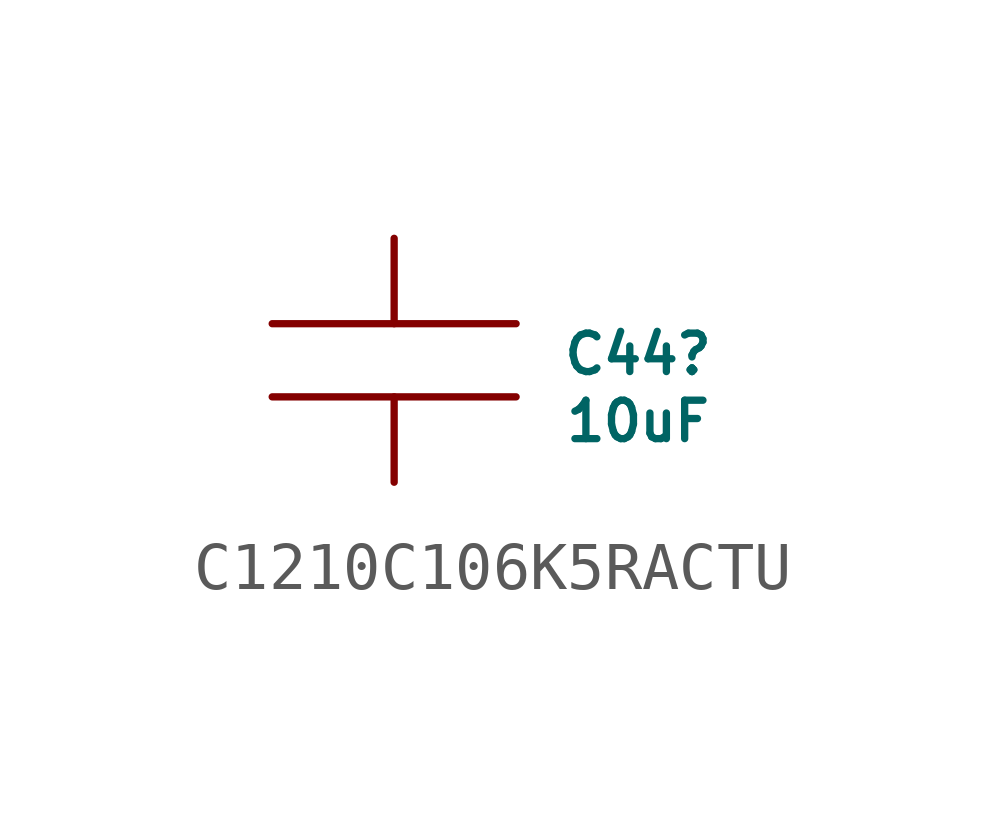
<source format=kicad_sym>
(kicad_symbol_lib
  (version 20220914)
  (generator kicad_symbol_editor)
  (symbol "C1210C106K5RACTU"
    (pin_numbers hide)
    (pin_names
      (offset 1.016) hide)
    (property "Reference" "C44"
      (at 5.08 -2.413 0)
      (do_not_autoplace)
      (effects (font (size 0.8 0.8))))
    (property "Value" "10uF"
      (at 5.08 -3.81 0)
      (do_not_autoplace)
      (effects (font (size 0.8 0.8))))
    (symbol "C1210C106K5RACTU_1_1"
      (polyline (pts (xy 2.54 -3.302) (xy -2.54 -3.302)) (stroke (width 0) (type solid)) (fill (type none)))
      (polyline (pts (xy 2.54 -1.778) (xy -2.54 -1.778)) (stroke (width 0) (type solid)) (fill (type none)))
      (pin passive line (at 0 0 270) (length 1.778) (name "1" (effects (font (size 0 0)))) (number "1" (effects (font (size 1.016 1.016)))))
      (pin passive line (at 0 -5.08 90) (length 1.778) (name "2" (effects (font (size 0 0)))) (number "2" (effects (font (size 1.016 1.016))))))))
</source>
